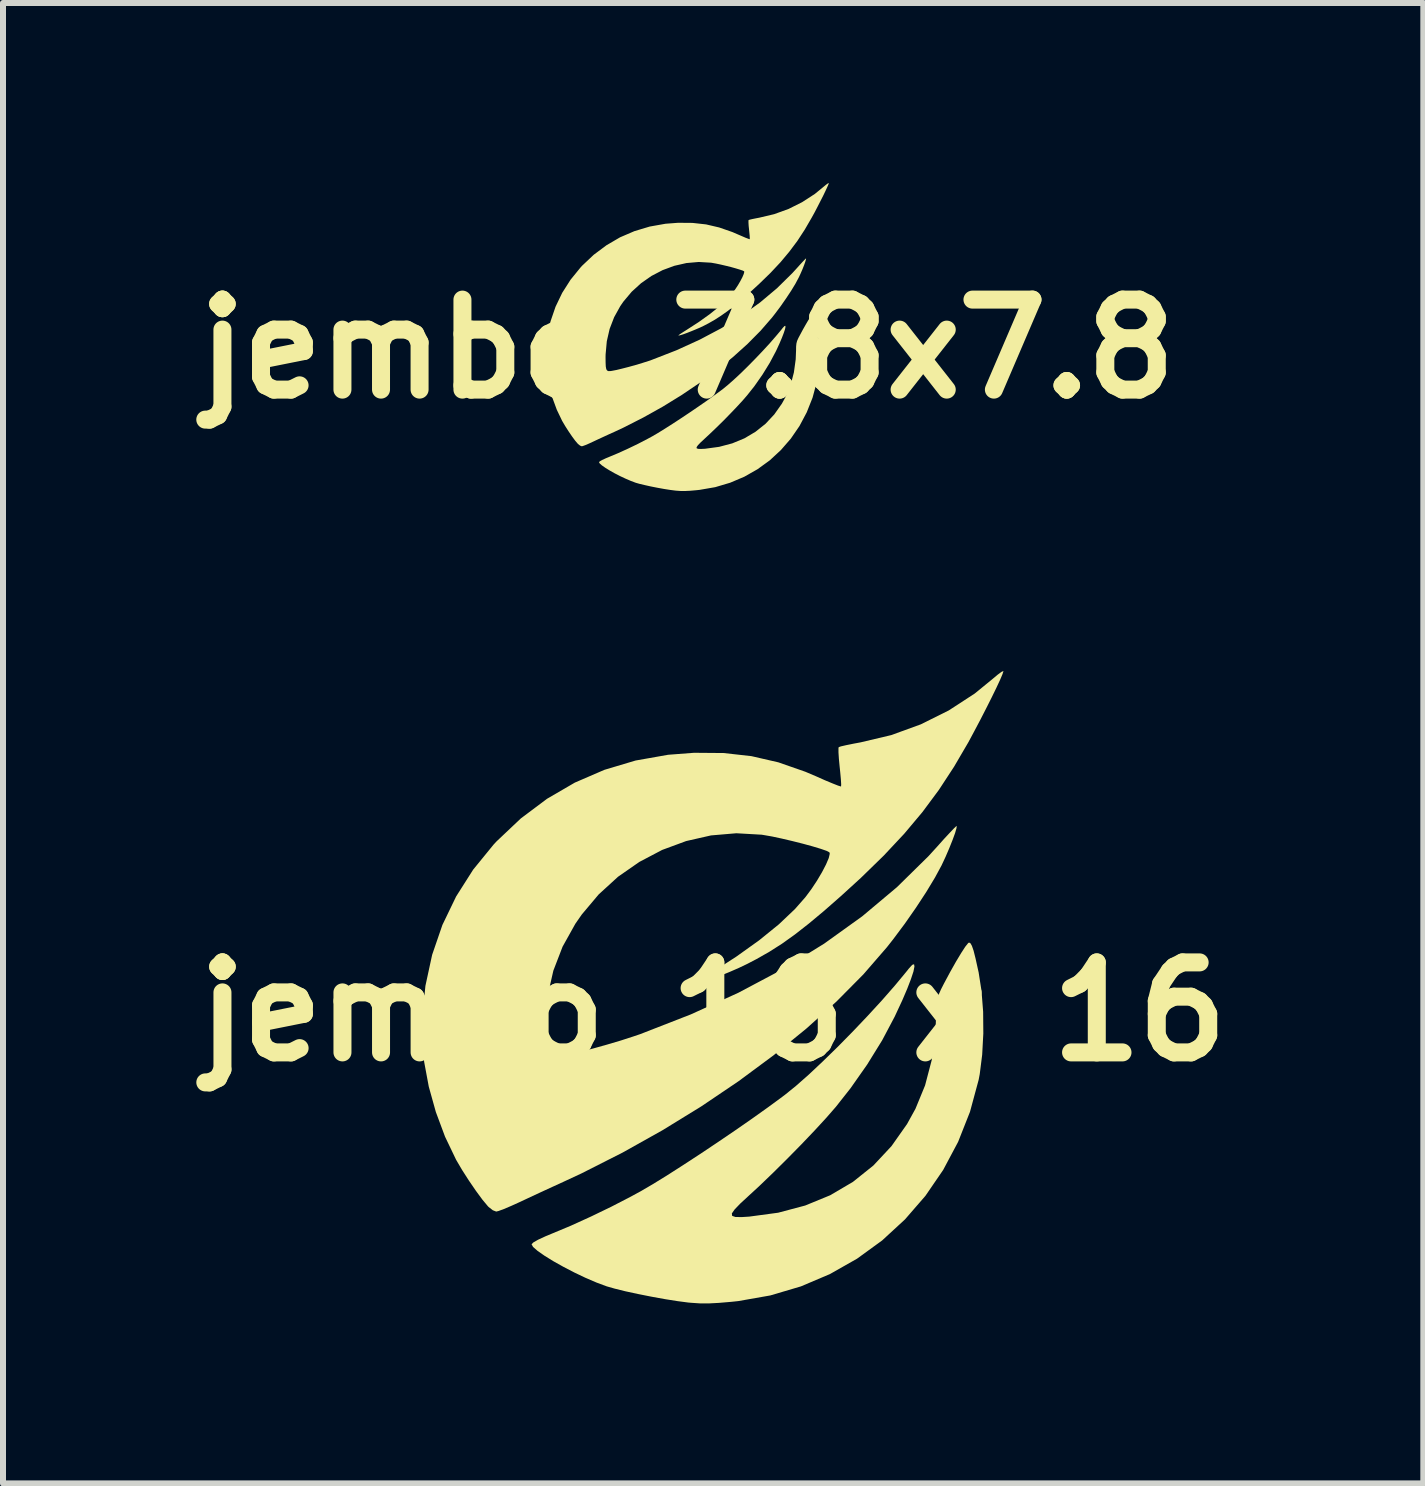
<source format=kicad_pcb>
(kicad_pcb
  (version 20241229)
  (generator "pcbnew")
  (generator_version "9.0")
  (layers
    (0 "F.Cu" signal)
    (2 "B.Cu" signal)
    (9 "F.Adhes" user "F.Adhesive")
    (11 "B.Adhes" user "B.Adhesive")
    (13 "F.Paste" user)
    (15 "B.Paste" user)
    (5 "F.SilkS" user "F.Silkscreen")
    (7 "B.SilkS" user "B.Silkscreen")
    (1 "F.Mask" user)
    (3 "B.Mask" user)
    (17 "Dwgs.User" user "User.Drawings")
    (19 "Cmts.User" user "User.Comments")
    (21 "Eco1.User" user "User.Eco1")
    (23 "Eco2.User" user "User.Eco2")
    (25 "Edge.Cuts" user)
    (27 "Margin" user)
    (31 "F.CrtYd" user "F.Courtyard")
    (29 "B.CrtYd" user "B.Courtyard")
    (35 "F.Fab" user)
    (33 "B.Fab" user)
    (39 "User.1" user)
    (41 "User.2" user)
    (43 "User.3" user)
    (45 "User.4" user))
  (footprint "jembo 7.8x7.8"
    (layer "F.Cu")
    (at 8.407 2.765)
    (property "Reference" "jembo 7.8x7.8" (at 0 0 0) (layer "F.SilkS") (effects (font (size 1.5 1.5) (thickness 0.3))))
    (attr board_only exclude_from_pos_files exclude_from_bom)
    (fp_poly (pts (xy 2.089 -0.556) (xy 2.101 -0.535) (xy 2.114 -0.495) (xy 2.13 -0.433) (xy 2.149 -0.345) (xy 2.155 -0.319) (xy 2.179 -0.168) (xy 2.191 0.001) (xy 2.193 0.177) (xy 2.184 0.349) (xy 2.164 0.507) (xy 2.155 0.554) (xy 2.085 0.813) (xy 1.988 1.057) (xy 1.867 1.285) (xy 1.723 1.495) (xy 1.557 1.686) (xy 1.372 1.857) (xy 1.168 2.005) (xy 0.948 2.13) (xy 0.712 2.23) (xy 0.463 2.304) (xy 0.203 2.349) (xy 0.148 2.355) (xy 0.045 2.364) (xy -0.038 2.368) (xy -0.11 2.368) (xy -0.181 2.363) (xy -0.203 2.361) (xy -0.288 2.35) (xy -0.39 2.334) (xy -0.5 2.314) (xy -0.611 2.292) (xy -0.714 2.269) (xy -0.802 2.248) (xy -0.864 2.23) (xy -0.946 2.199) (xy -1.034 2.161) (xy -1.126 2.118) (xy -1.215 2.072) (xy -1.298 2.025) (xy -1.369 1.981) (xy -1.426 1.941) (xy -1.462 1.909) (xy -1.474 1.888) (xy -1.46 1.873) (xy -1.421 1.851) (xy -1.361 1.823) (xy -1.303 1.799) (xy -1.155 1.737) (xy -0.992 1.663) (xy -0.826 1.583) (xy -0.668 1.501) (xy -0.585 1.456) (xy -0.491 1.401) (xy -0.378 1.331) (xy -0.249 1.249) (xy -0.11 1.158) (xy 0.034 1.062) (xy 0.178 0.964) (xy 0.317 0.868) (xy 0.445 0.776) (xy 0.559 0.692) (xy 0.585 0.673) (xy 0.672 0.602) (xy 0.775 0.511) (xy 0.889 0.405) (xy 1.009 0.287) (xy 1.132 0.162) (xy 1.254 0.034) (xy 1.37 -0.092) (xy 1.475 -0.213) (xy 1.567 -0.323) (xy 1.588 -0.35) (xy 1.616 -0.38) (xy 1.631 -0.385) (xy 1.634 -0.366) (xy 1.625 -0.325) (xy 1.605 -0.265) (xy 1.575 -0.187) (xy 1.535 -0.093) (xy 1.486 0.014) (xy 1.474 0.039) (xy 1.372 0.231) (xy 1.25 0.429) (xy 1.115 0.622) (xy 0.996 0.772) (xy 0.92 0.86) (xy 0.825 0.963) (xy 0.718 1.075) (xy 0.604 1.192) (xy 0.488 1.306) (xy 0.375 1.414) (xy 0.29 1.493) (xy 0.22 1.558) (xy 0.174 1.606) (xy 0.152 1.638) (xy 0.154 1.657) (xy 0.18 1.666) (xy 0.231 1.667) (xy 0.293 1.664) (xy 0.528 1.632) (xy 0.747 1.574) (xy 0.95 1.49) (xy 1.134 1.381) (xy 1.301 1.248) (xy 1.447 1.092) (xy 1.574 0.912) (xy 1.642 0.788) (xy 1.72 0.599) (xy 1.774 0.392) (xy 1.804 0.175) (xy 1.81 0.028) (xy 1.811 -0.04) (xy 1.816 -0.09) (xy 1.827 -0.133) (xy 1.849 -0.182) (xy 1.874 -0.229) (xy 1.925 -0.324) (xy 1.972 -0.407) (xy 2.013 -0.477) (xy 2.046 -0.527) (xy 2.069 -0.556) (xy 2.077 -0.562)) (stroke (width 0) (type solid)) (fill yes) (layer "F.SilkS"))
    (fp_poly (pts (xy 2.356 -2.764) (xy 2.349 -2.741) (xy 2.329 -2.695) (xy 2.299 -2.63) (xy 2.261 -2.551) (xy 2.216 -2.463) (xy 2.168 -2.369) (xy 2.119 -2.275) (xy 2.071 -2.188) (xy 1.955 -1.988) (xy 1.832 -1.8) (xy 1.698 -1.621) (xy 1.551 -1.445) (xy 1.385 -1.268) (xy 1.198 -1.086) (xy 1.038 -0.939) (xy 0.898 -0.817) (xy 0.775 -0.714) (xy 0.664 -0.627) (xy 0.559 -0.553) (xy 0.457 -0.487) (xy 0.352 -0.427) (xy 0.269 -0.384) (xy 0.208 -0.355) (xy 0.138 -0.325) (xy 0.065 -0.295) (xy -0.006 -0.267) (xy -0.069 -0.244) (xy -0.118 -0.229) (xy -0.146 -0.223) (xy -0.151 -0.224) (xy -0.141 -0.234) (xy -0.11 -0.256) (xy -0.062 -0.287) (xy -0.025 -0.31) (xy 0.187 -0.447) (xy 0.373 -0.58) (xy 0.533 -0.709) (xy 0.664 -0.833) (xy 0.749 -0.93) (xy 0.797 -0.994) (xy 0.843 -1.064) (xy 0.883 -1.133) (xy 0.916 -1.196) (xy 0.938 -1.248) (xy 0.947 -1.283) (xy 0.944 -1.294) (xy 0.92 -1.306) (xy 0.872 -1.322) (xy 0.806 -1.342) (xy 0.728 -1.364) (xy 0.643 -1.385) (xy 0.558 -1.405) (xy 0.478 -1.422) (xy 0.411 -1.434) (xy 0.393 -1.437) (xy 0.188 -1.449) (xy -0.017 -1.431) (xy -0.219 -1.385) (xy -0.414 -1.313) (xy -0.6 -1.216) (xy -0.773 -1.095) (xy -0.929 -0.953) (xy -1.067 -0.789) (xy -1.119 -0.714) (xy -1.222 -0.528) (xy -1.297 -0.333) (xy -1.344 -0.128) (xy -1.364 0.092) (xy -1.365 0.137) (xy -1.364 0.229) (xy -1.361 0.294) (xy -1.353 0.337) (xy -1.339 0.36) (xy -1.315 0.37) (xy -1.281 0.369) (xy -1.256 0.365) (xy -1.183 0.351) (xy -1.088 0.328) (xy -0.979 0.3) (xy -0.864 0.268) (xy -0.751 0.234) (xy -0.647 0.201) (xy -0.593 0.182) (xy -0.182 0.022) (xy 0.204 -0.154) (xy 0.565 -0.345) (xy 0.901 -0.552) (xy 1.21 -0.774) (xy 1.492 -1.011) (xy 1.747 -1.262) (xy 1.821 -1.343) (xy 1.874 -1.402) (xy 1.92 -1.452) (xy 1.954 -1.488) (xy 1.974 -1.507) (xy 1.977 -1.508) (xy 1.975 -1.49) (xy 1.963 -1.45) (xy 1.943 -1.394) (xy 1.917 -1.328) (xy 1.887 -1.259) (xy 1.856 -1.192) (xy 1.855 -1.191) (xy 1.801 -1.089) (xy 1.73 -0.972) (xy 1.646 -0.845) (xy 1.555 -0.714) (xy 1.46 -0.587) (xy 1.41 -0.523) (xy 1.219 -0.303) (xy 1 -0.082) (xy 0.757 0.137) (xy 0.491 0.353) (xy 0.205 0.565) (xy -0.096 0.768) (xy -0.411 0.962) (xy -0.737 1.144) (xy -1.069 1.313) (xy -1.217 1.382) (xy -1.308 1.423) (xy -1.408 1.469) (xy -1.503 1.513) (xy -1.573 1.546) (xy -1.64 1.577) (xy -1.698 1.602) (xy -1.742 1.618) (xy -1.761 1.623) (xy -1.789 1.612) (xy -1.823 1.585) (xy -1.828 1.58) (xy -1.873 1.527) (xy -1.926 1.455) (xy -1.983 1.371) (xy -2.038 1.285) (xy -2.085 1.205) (xy -2.088 1.2) (xy -2.177 1.015) (xy -2.251 0.814) (xy -2.309 0.609) (xy -2.346 0.407) (xy -2.356 0.312) (xy -2.361 0.049) (xy -2.336 -0.21) (xy -2.281 -0.462) (xy -2.198 -0.704) (xy -2.087 -0.935) (xy -1.948 -1.153) (xy -1.783 -1.356) (xy -1.759 -1.383) (xy -1.562 -1.569) (xy -1.349 -1.728) (xy -1.123 -1.86) (xy -0.883 -1.963) (xy -0.63 -2.039) (xy -0.366 -2.086) (xy -0.156 -2.102) (xy 0.085 -2.1) (xy 0.311 -2.075) (xy 0.529 -2.024) (xy 0.748 -1.948) (xy 0.836 -1.91) (xy 0.908 -1.879) (xy 0.968 -1.853) (xy 1.013 -1.836) (xy 1.036 -1.828) (xy 1.038 -1.829) (xy 1.039 -1.846) (xy 1.037 -1.887) (xy 1.031 -1.945) (xy 1.027 -1.986) (xy 1.02 -2.052) (xy 1.017 -2.105) (xy 1.017 -2.139) (xy 1.019 -2.147) (xy 1.037 -2.154) (xy 1.08 -2.164) (xy 1.139 -2.176) (xy 1.197 -2.187) (xy 1.446 -2.246) (xy 1.686 -2.333) (xy 1.912 -2.446) (xy 2.123 -2.583) (xy 2.266 -2.7) (xy 2.308 -2.735) (xy 2.34 -2.758) (xy 2.355 -2.765)) (stroke (width 0) (type solid)) (fill yes) (layer "F.SilkS")))
  (footprint "jembo 16 x 16"
    (layer "F.Cu")
    (at 8.836 13.811)
    (property "Reference" "jembo 16 x 16" (at 0 0 0) (layer "F.SilkS") (effects (font (size 1.5 1.5) (thickness 0.3))))
    (attr board_only exclude_from_pos_files exclude_from_bom)
    (fp_poly (pts (xy 4.288 -1.14) (xy 4.312 -1.097) (xy 4.34 -1.016) (xy 4.372 -0.889) (xy 4.412 -0.708) (xy 4.424 -0.655) (xy 4.472 -0.346) (xy 4.499 0.001) (xy 4.502 0.363) (xy 4.483 0.717) (xy 4.442 1.042) (xy 4.424 1.136) (xy 4.28 1.668) (xy 4.082 2.169) (xy 3.833 2.637) (xy 3.537 3.069) (xy 3.197 3.461) (xy 2.816 3.812) (xy 2.398 4.116) (xy 1.945 4.373) (xy 1.462 4.578) (xy 0.951 4.729) (xy 0.417 4.823) (xy 0.304 4.835) (xy 0.092 4.853) (xy -0.078 4.862) (xy -0.225 4.861) (xy -0.371 4.851) (xy -0.416 4.847) (xy -0.591 4.824) (xy -0.8 4.791) (xy -1.026 4.75) (xy -1.253 4.705) (xy -1.465 4.659) (xy -1.646 4.614) (xy -1.775 4.577) (xy -1.942 4.515) (xy -2.124 4.437) (xy -2.311 4.348) (xy -2.494 4.253) (xy -2.664 4.158) (xy -2.811 4.067) (xy -2.927 3.986) (xy -3.002 3.92) (xy -3.027 3.876) (xy -2.998 3.846) (xy -2.918 3.8) (xy -2.795 3.743) (xy -2.675 3.693) (xy -2.371 3.566) (xy -2.037 3.414) (xy -1.696 3.249) (xy -1.371 3.081) (xy -1.201 2.988) (xy -1.009 2.876) (xy -0.775 2.732) (xy -0.511 2.563) (xy -0.226 2.377) (xy 0.069 2.18) (xy 0.365 1.979) (xy 0.65 1.781) (xy 0.914 1.593) (xy 1.148 1.421) (xy 1.201 1.381) (xy 1.38 1.236) (xy 1.591 1.05) (xy 1.824 0.831) (xy 2.072 0.589) (xy 2.325 0.332) (xy 2.574 0.07) (xy 2.812 -0.189) (xy 3.029 -0.437) (xy 3.217 -0.664) (xy 3.26 -0.718) (xy 3.317 -0.781) (xy 3.348 -0.791) (xy 3.354 -0.752) (xy 3.337 -0.668) (xy 3.296 -0.544) (xy 3.234 -0.383) (xy 3.152 -0.191) (xy 3.05 0.028) (xy 3.026 0.08) (xy 2.817 0.475) (xy 2.566 0.881) (xy 2.288 1.277) (xy 2.045 1.585) (xy 1.888 1.765) (xy 1.694 1.976) (xy 1.474 2.207) (xy 1.239 2.446) (xy 1.001 2.682) (xy 0.77 2.904) (xy 0.595 3.065) (xy 0.451 3.198) (xy 0.357 3.296) (xy 0.311 3.362) (xy 0.316 3.403) (xy 0.37 3.421) (xy 0.474 3.423) (xy 0.601 3.415) (xy 1.083 3.35) (xy 1.534 3.23) (xy 1.95 3.059) (xy 2.329 2.836) (xy 2.67 2.563) (xy 2.971 2.241) (xy 3.231 1.872) (xy 3.371 1.618) (xy 3.531 1.229) (xy 3.642 0.806) (xy 3.704 0.358) (xy 3.715 0.058) (xy 3.717 -0.082) (xy 3.727 -0.184) (xy 3.752 -0.272) (xy 3.797 -0.373) (xy 3.847 -0.471) (xy 3.951 -0.665) (xy 4.048 -0.837) (xy 4.133 -0.978) (xy 4.201 -1.083) (xy 4.248 -1.142) (xy 4.264 -1.153)) (stroke (width 0) (type solid)) (fill yes) (layer "F.SilkS"))
    (fp_poly (pts (xy 4.837 -5.674) (xy 4.822 -5.627) (xy 4.782 -5.532) (xy 4.72 -5.399) (xy 4.641 -5.237) (xy 4.55 -5.056) (xy 4.451 -4.863) (xy 4.349 -4.67) (xy 4.253 -4.491) (xy 4.013 -4.081) (xy 3.761 -3.696) (xy 3.487 -3.327) (xy 3.184 -2.966) (xy 2.844 -2.603) (xy 2.46 -2.229) (xy 2.13 -1.928) (xy 1.844 -1.677) (xy 1.591 -1.466) (xy 1.362 -1.287) (xy 1.148 -1.134) (xy 0.938 -1) (xy 0.722 -0.877) (xy 0.552 -0.789) (xy 0.428 -0.73) (xy 0.284 -0.667) (xy 0.133 -0.605) (xy -0.013 -0.548) (xy -0.141 -0.502) (xy -0.241 -0.47) (xy -0.3 -0.457) (xy -0.31 -0.459) (xy -0.289 -0.48) (xy -0.225 -0.525) (xy -0.128 -0.589) (xy -0.052 -0.636) (xy 0.384 -0.917) (xy 0.766 -1.19) (xy 1.094 -1.456) (xy 1.363 -1.711) (xy 1.537 -1.909) (xy 1.636 -2.042) (xy 1.73 -2.184) (xy 1.814 -2.326) (xy 1.881 -2.455) (xy 1.926 -2.561) (xy 1.943 -2.633) (xy 1.937 -2.656) (xy 1.889 -2.681) (xy 1.791 -2.715) (xy 1.655 -2.756) (xy 1.494 -2.8) (xy 1.319 -2.844) (xy 1.145 -2.885) (xy 0.982 -2.92) (xy 0.844 -2.944) (xy 0.807 -2.95) (xy 0.386 -2.974) (xy -0.036 -2.938) (xy -0.45 -2.844) (xy -0.851 -2.696) (xy -1.231 -2.496) (xy -1.586 -2.249) (xy -1.908 -1.955) (xy -2.19 -1.62) (xy -2.297 -1.466) (xy -2.51 -1.084) (xy -2.664 -0.684) (xy -2.76 -0.262) (xy -2.8 0.188) (xy -2.801 0.281) (xy -2.801 0.471) (xy -2.794 0.604) (xy -2.778 0.691) (xy -2.748 0.74) (xy -2.7 0.759) (xy -2.63 0.757) (xy -2.578 0.749) (xy -2.428 0.72) (xy -2.234 0.674) (xy -2.011 0.616) (xy -1.775 0.55) (xy -1.542 0.481) (xy -1.329 0.412) (xy -1.217 0.374) (xy -0.373 0.045) (xy 0.42 -0.316) (xy 1.161 -0.709) (xy 1.849 -1.134) (xy 2.484 -1.59) (xy 3.063 -2.076) (xy 3.587 -2.591) (xy 3.738 -2.757) (xy 3.847 -2.879) (xy 3.942 -2.981) (xy 4.012 -3.055) (xy 4.052 -3.093) (xy 4.058 -3.096) (xy 4.055 -3.059) (xy 4.031 -2.976) (xy 3.989 -2.861) (xy 3.935 -2.726) (xy 3.874 -2.584) (xy 3.81 -2.447) (xy 3.809 -2.444) (xy 3.697 -2.237) (xy 3.551 -1.995) (xy 3.38 -1.734) (xy 3.193 -1.466) (xy 2.998 -1.205) (xy 2.894 -1.073) (xy 2.503 -0.622) (xy 2.054 -0.169) (xy 1.553 0.281) (xy 1.007 0.726) (xy 0.422 1.159) (xy -0.197 1.577) (xy -0.844 1.975) (xy -1.512 2.349) (xy -2.195 2.695) (xy -2.498 2.836) (xy -2.686 2.922) (xy -2.89 3.016) (xy -3.085 3.107) (xy -3.23 3.175) (xy -3.367 3.237) (xy -3.487 3.288) (xy -3.576 3.321) (xy -3.616 3.331) (xy -3.673 3.309) (xy -3.742 3.255) (xy -3.754 3.243) (xy -3.845 3.134) (xy -3.954 2.986) (xy -4.071 2.815) (xy -4.184 2.639) (xy -4.281 2.474) (xy -4.287 2.463) (xy -4.469 2.083) (xy -4.622 1.672) (xy -4.74 1.249) (xy -4.817 0.836) (xy -4.837 0.641) (xy -4.848 0.1) (xy -4.796 -0.431) (xy -4.684 -0.948) (xy -4.513 -1.446) (xy -4.284 -1.921) (xy -4 -2.368) (xy -3.661 -2.784) (xy -3.61 -2.839) (xy -3.206 -3.221) (xy -2.77 -3.548) (xy -2.306 -3.818) (xy -1.813 -4.031) (xy -1.294 -4.186) (xy -0.751 -4.282) (xy -0.32 -4.315) (xy 0.174 -4.311) (xy 0.638 -4.259) (xy 1.086 -4.156) (xy 1.536 -3.999) (xy 1.717 -3.922) (xy 1.863 -3.857) (xy 1.988 -3.805) (xy 2.079 -3.769) (xy 2.127 -3.754) (xy 2.131 -3.754) (xy 2.133 -3.789) (xy 2.128 -3.873) (xy 2.117 -3.993) (xy 2.108 -4.078) (xy 2.095 -4.213) (xy 2.088 -4.322) (xy 2.088 -4.392) (xy 2.092 -4.409) (xy 2.129 -4.422) (xy 2.216 -4.442) (xy 2.339 -4.467) (xy 2.457 -4.489) (xy 2.968 -4.61) (xy 3.46 -4.789) (xy 3.926 -5.021) (xy 4.358 -5.302) (xy 4.652 -5.542) (xy 4.739 -5.615) (xy 4.803 -5.663) (xy 4.835 -5.677)) (stroke (width 0) (type solid)) (fill yes) (layer "F.SilkS")))
  (gr_rect
    (start -3 -3)
    (end 20.671 21.672)
    (stroke (width 0.1) (type default))
    (fill no)
    (layer "Edge.Cuts")))
</source>
